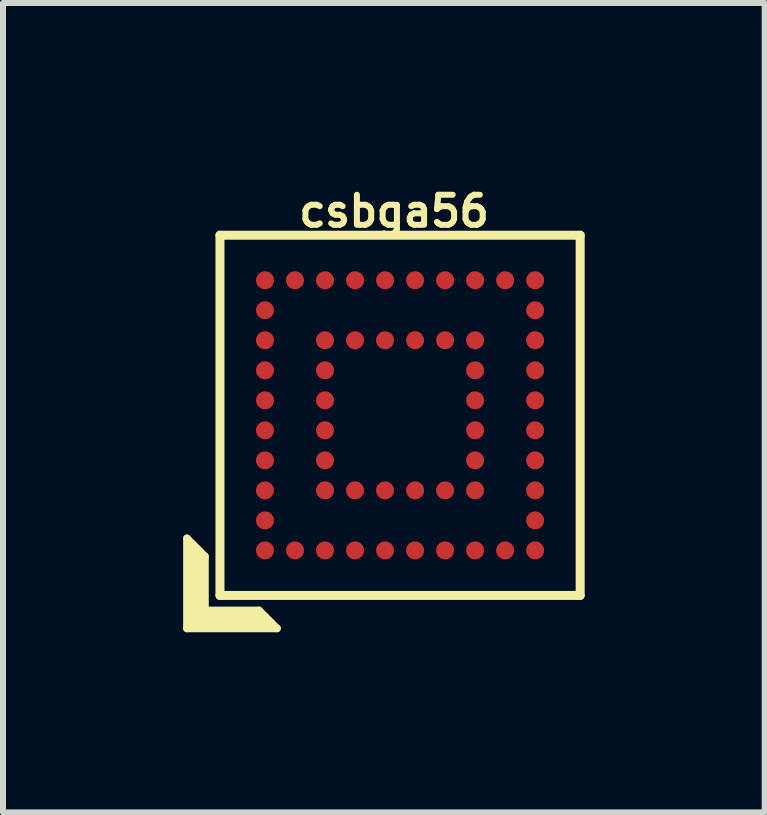
<source format=kicad_pcb>
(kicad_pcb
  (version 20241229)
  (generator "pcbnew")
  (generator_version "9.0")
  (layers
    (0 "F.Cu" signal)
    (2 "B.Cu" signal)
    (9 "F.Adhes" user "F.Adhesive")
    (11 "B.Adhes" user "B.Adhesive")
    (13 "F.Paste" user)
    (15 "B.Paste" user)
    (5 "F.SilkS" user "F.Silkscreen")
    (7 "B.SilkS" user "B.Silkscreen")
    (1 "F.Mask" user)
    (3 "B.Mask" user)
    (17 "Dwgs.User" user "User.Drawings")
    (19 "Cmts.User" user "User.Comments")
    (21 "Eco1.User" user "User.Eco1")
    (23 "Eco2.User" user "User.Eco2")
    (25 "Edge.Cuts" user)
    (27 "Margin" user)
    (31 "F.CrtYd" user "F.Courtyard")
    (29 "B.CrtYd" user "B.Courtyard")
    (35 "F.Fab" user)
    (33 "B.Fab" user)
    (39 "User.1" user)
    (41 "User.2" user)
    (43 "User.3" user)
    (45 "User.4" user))
  (footprint "csbga56"
    (layer "F.Cu")
    (at 3.614 3.868)
    (property "Reference" "csbga56" (at -0.1 -3.4 0) (layer "F.SilkS") (effects (font (size 0.5 0.5) (thickness 0.1))))
    (attr smd)
    (fp_line (start -3.55 2.05) (end -3.25 2.35) (stroke (width 0.127) (type solid)) (layer "F.SilkS"))
    (fp_line (start -3.55 3.55) (end -3.55 2.05) (stroke (width 0.127) (type solid)) (layer "F.SilkS"))
    (fp_line (start -3.45 2.15) (end -3.45 3.45) (stroke (width 0.127) (type solid)) (layer "F.SilkS"))
    (fp_line (start -3.45 3.45) (end -2.15 3.45) (stroke (width 0.127) (type solid)) (layer "F.SilkS"))
    (fp_line (start -3.35 3.35) (end -3.35 2.25) (stroke (width 0.127) (type solid)) (layer "F.SilkS"))
    (fp_line (start -3.25 2.35) (end -3.25 3.25) (stroke (width 0.127) (type solid)) (layer "F.SilkS"))
    (fp_line (start -3.25 3.25) (end -2.35 3.25) (stroke (width 0.127) (type solid)) (layer "F.SilkS"))
    (fp_line (start -3 -3) (end 3 -3) (stroke (width 0.15) (type solid)) (layer "F.SilkS"))
    (fp_line (start -3 3) (end -3 -3) (stroke (width 0.15) (type solid)) (layer "F.SilkS"))
    (fp_line (start -2.35 3.25) (end -2.05 3.55) (stroke (width 0.127) (type solid)) (layer "F.SilkS"))
    (fp_line (start -2.25 3.35) (end -3.35 3.35) (stroke (width 0.127) (type solid)) (layer "F.SilkS"))
    (fp_line (start -2.05 3.55) (end -3.55 3.55) (stroke (width 0.127) (type solid)) (layer "F.SilkS"))
    (fp_line (start 3 -3) (end 3 3) (stroke (width 0.15) (type solid)) (layer "F.SilkS"))
    (fp_line (start 3 3) (end -3 3) (stroke (width 0.15) (type solid)) (layer "F.SilkS"))
    (pad "A1" smd circle (at -2.25 2.25) (size 0.3 0.3) (layers "F.Cu" "F.Mask" "F.Paste"))
    (pad "A2" smd circle (at -2.25 1.75) (size 0.3 0.3) (layers "F.Cu" "F.Mask" "F.Paste"))
    (pad "A3" smd circle (at -2.25 1.25) (size 0.3 0.3) (layers "F.Cu" "F.Mask" "F.Paste"))
    (pad "A4" smd circle (at -2.25 0.75) (size 0.3 0.3) (layers "F.Cu" "F.Mask" "F.Paste"))
    (pad "A5" smd circle (at -2.25 0.25) (size 0.3 0.3) (layers "F.Cu" "F.Mask" "F.Paste"))
    (pad "A6" smd circle (at -2.25 -0.25) (size 0.3 0.3) (layers "F.Cu" "F.Mask" "F.Paste"))
    (pad "A7" smd circle (at -2.25 -0.75) (size 0.3 0.3) (layers "F.Cu" "F.Mask" "F.Paste"))
    (pad "A8" smd circle (at -2.25 -1.25) (size 0.3 0.3) (layers "F.Cu" "F.Mask" "F.Paste"))
    (pad "A9" smd circle (at -2.25 -1.75) (size 0.3 0.3) (layers "F.Cu" "F.Mask" "F.Paste"))
    (pad "A10" smd circle (at -2.25 -2.25) (size 0.3 0.3) (layers "F.Cu" "F.Mask" "F.Paste"))
    (pad "B1" smd circle (at -1.75 2.25) (size 0.3 0.3) (layers "F.Cu" "F.Mask" "F.Paste"))
    (pad "B10" smd circle (at -1.75 -2.25) (size 0.3 0.3) (layers "F.Cu" "F.Mask" "F.Paste"))
    (pad "C1" smd circle (at -1.25 2.25) (size 0.3 0.3) (layers "F.Cu" "F.Mask" "F.Paste"))
    (pad "C3" smd circle (at -1.25 1.25) (size 0.3 0.3) (layers "F.Cu" "F.Mask" "F.Paste"))
    (pad "C4" smd circle (at -1.25 0.75) (size 0.3 0.3) (layers "F.Cu" "F.Mask" "F.Paste"))
    (pad "C6" smd circle (at -1.25 -0.25) (size 0.3 0.3) (layers "F.Cu" "F.Mask" "F.Paste"))
    (pad "C7" smd circle (at -1.25 -0.75) (size 0.3 0.3) (layers "F.Cu" "F.Mask" "F.Paste"))
    (pad "C8" smd circle (at -1.25 -1.25) (size 0.3 0.3) (layers "F.Cu" "F.Mask" "F.Paste"))
    (pad "C10" smd circle (at -1.25 -2.25) (size 0.3 0.3) (layers "F.Cu" "F.Mask" "F.Paste"))
    (pad "D1" smd circle (at -0.75 2.25) (size 0.3 0.3) (layers "F.Cu" "F.Mask" "F.Paste"))
    (pad "D3" smd circle (at -0.75 1.25) (size 0.3 0.3) (layers "F.Cu" "F.Mask" "F.Paste"))
    (pad "D8" smd circle (at -0.75 -1.25) (size 0.3 0.3) (layers "F.Cu" "F.Mask" "F.Paste"))
    (pad "D10" smd circle (at -0.75 -2.25) (size 0.3 0.3) (layers "F.Cu" "F.Mask" "F.Paste"))
    (pad "E1" smd circle (at -0.25 2.25) (size 0.3 0.3) (layers "F.Cu" "F.Mask" "F.Paste"))
    (pad "E3" smd circle (at -1.25 0.25) (size 0.3 0.3) (layers "F.Cu" "F.Mask" "F.Paste"))
    (pad "E3" smd circle (at -0.25 1.25) (size 0.3 0.3) (layers "F.Cu" "F.Mask" "F.Paste"))
    (pad "E8" smd circle (at -0.25 -1.25) (size 0.3 0.3) (layers "F.Cu" "F.Mask" "F.Paste"))
    (pad "E10" smd circle (at -0.25 -2.25) (size 0.3 0.3) (layers "F.Cu" "F.Mask" "F.Paste"))
    (pad "F1" smd circle (at 0.25 2.25) (size 0.3 0.3) (layers "F.Cu" "F.Mask" "F.Paste"))
    (pad "F3" smd circle (at 0.25 1.25) (size 0.3 0.3) (layers "F.Cu" "F.Mask" "F.Paste"))
    (pad "F8" smd circle (at 0.25 -1.25) (size 0.3 0.3) (layers "F.Cu" "F.Mask" "F.Paste"))
    (pad "F10" smd circle (at 0.25 -2.25) (size 0.3 0.3) (layers "F.Cu" "F.Mask" "F.Paste"))
    (pad "G1" smd circle (at 0.75 2.25) (size 0.3 0.3) (layers "F.Cu" "F.Mask" "F.Paste"))
    (pad "G3" smd circle (at 0.75 1.25) (size 0.3 0.3) (layers "F.Cu" "F.Mask" "F.Paste"))
    (pad "G8" smd circle (at 0.75 -1.25) (size 0.3 0.3) (layers "F.Cu" "F.Mask" "F.Paste"))
    (pad "G10" smd circle (at 0.75 -2.25) (size 0.3 0.3) (layers "F.Cu" "F.Mask" "F.Paste"))
    (pad "H1" smd circle (at 1.25 2.25) (size 0.3 0.3) (layers "F.Cu" "F.Mask" "F.Paste"))
    (pad "H3" smd circle (at 1.25 1.25) (size 0.3 0.3) (layers "F.Cu" "F.Mask" "F.Paste"))
    (pad "H4" smd circle (at 1.25 0.75) (size 0.3 0.3) (layers "F.Cu" "F.Mask" "F.Paste"))
    (pad "H5" smd circle (at 1.25 0.25) (size 0.3 0.3) (layers "F.Cu" "F.Mask" "F.Paste"))
    (pad "H6" smd circle (at 1.25 -0.25) (size 0.3 0.3) (layers "F.Cu" "F.Mask" "F.Paste"))
    (pad "H7" smd circle (at 1.25 -0.75) (size 0.3 0.3) (layers "F.Cu" "F.Mask" "F.Paste"))
    (pad "H8" smd circle (at 1.25 -1.25) (size 0.3 0.3) (layers "F.Cu" "F.Mask" "F.Paste"))
    (pad "H10" smd circle (at 1.25 -2.25) (size 0.3 0.3) (layers "F.Cu" "F.Mask" "F.Paste"))
    (pad "J1" smd circle (at 1.75 2.25) (size 0.3 0.3) (layers "F.Cu" "F.Mask" "F.Paste"))
    (pad "J10" smd circle (at 1.75 -2.25) (size 0.3 0.3) (layers "F.Cu" "F.Mask" "F.Paste"))
    (pad "K1" smd circle (at 2.25 2.25) (size 0.3 0.3) (layers "F.Cu" "F.Mask" "F.Paste"))
    (pad "K2" smd circle (at 2.25 1.75) (size 0.3 0.3) (layers "F.Cu" "F.Mask" "F.Paste"))
    (pad "K3" smd circle (at 2.25 1.25) (size 0.3 0.3) (layers "F.Cu" "F.Mask" "F.Paste"))
    (pad "K4" smd circle (at 2.25 0.75) (size 0.3 0.3) (layers "F.Cu" "F.Mask" "F.Paste"))
    (pad "K5" smd circle (at 2.25 0.25) (size 0.3 0.3) (layers "F.Cu" "F.Mask" "F.Paste"))
    (pad "K6" smd circle (at 2.25 -0.25) (size 0.3 0.3) (layers "F.Cu" "F.Mask" "F.Paste"))
    (pad "K7" smd circle (at 2.25 -0.75) (size 0.3 0.3) (layers "F.Cu" "F.Mask" "F.Paste"))
    (pad "K8" smd circle (at 2.25 -1.25) (size 0.3 0.3) (layers "F.Cu" "F.Mask" "F.Paste"))
    (pad "K9" smd circle (at 2.25 -1.75) (size 0.3 0.3) (layers "F.Cu" "F.Mask" "F.Paste"))
    (pad "K10" smd circle (at 2.25 -2.25) (size 0.3 0.3) (layers "F.Cu" "F.Mask" "F.Paste")))
  (gr_rect
    (start -3 -3)
    (end 9.688 10.482)
    (stroke (width 0.1) (type default))
    (fill no)
    (layer "Edge.Cuts")))
</source>
